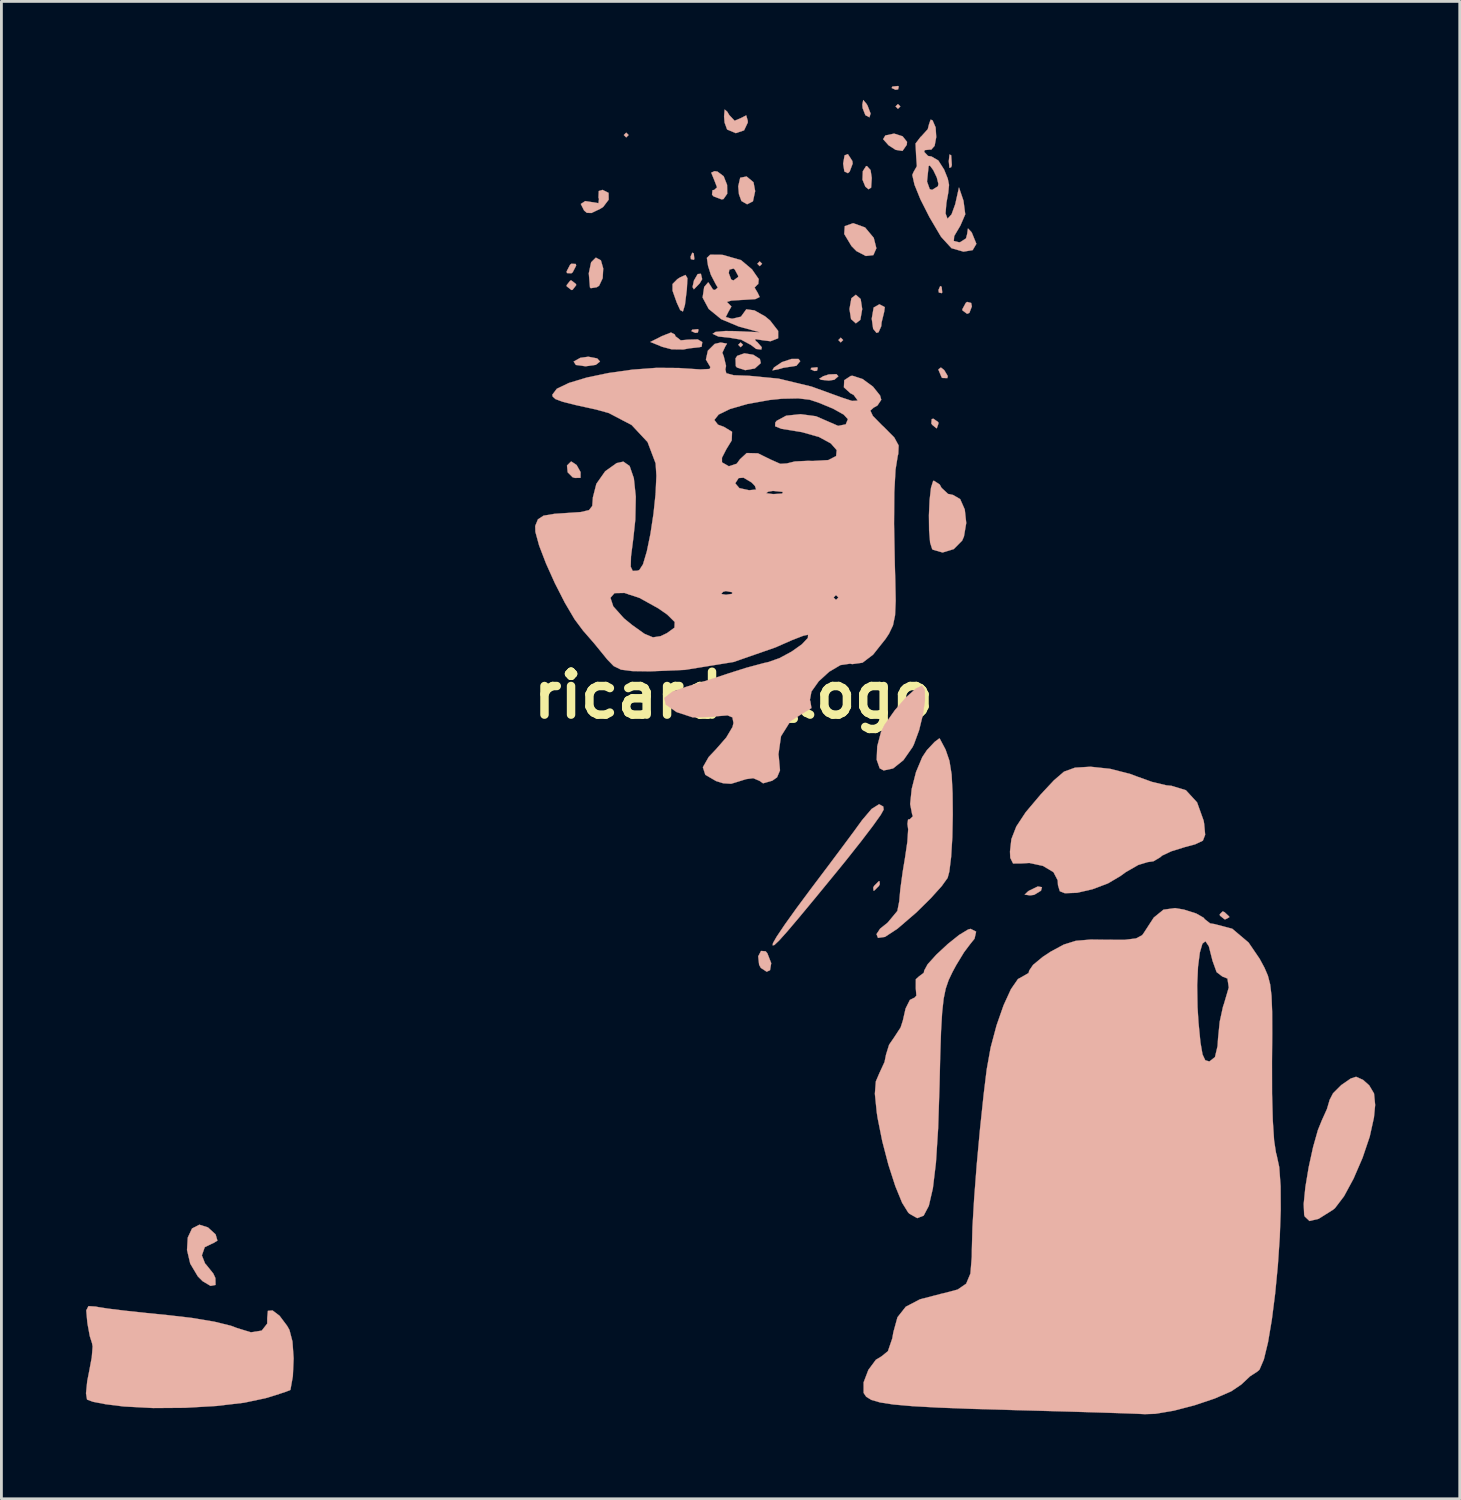
<source format=kicad_pcb>
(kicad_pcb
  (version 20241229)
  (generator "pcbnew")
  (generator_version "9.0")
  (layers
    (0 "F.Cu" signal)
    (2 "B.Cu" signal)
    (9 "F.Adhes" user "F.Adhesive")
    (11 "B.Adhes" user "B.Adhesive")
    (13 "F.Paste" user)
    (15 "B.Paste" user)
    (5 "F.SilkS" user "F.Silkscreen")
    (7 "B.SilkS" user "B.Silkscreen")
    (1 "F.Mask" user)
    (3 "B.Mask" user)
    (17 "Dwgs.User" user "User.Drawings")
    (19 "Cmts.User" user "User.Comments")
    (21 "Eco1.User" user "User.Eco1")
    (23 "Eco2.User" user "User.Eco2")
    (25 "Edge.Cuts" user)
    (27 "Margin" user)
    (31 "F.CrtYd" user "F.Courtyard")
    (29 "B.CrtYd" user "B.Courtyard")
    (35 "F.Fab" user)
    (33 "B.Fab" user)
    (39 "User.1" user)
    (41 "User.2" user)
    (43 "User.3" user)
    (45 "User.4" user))
  (footprint "ricardo_logo"
    (layer "F.Cu")
    (at 23.002 21.643)
    (property "Reference" "ricardo_logo" (at 0 0 0) (layer "F.SilkS") (effects (font (size 1.524 1.524) (thickness 0.3))))
    (attr through_hole)
    (fp_poly (pts (xy -3.725 -19.897) (xy -3.81 -19.812) (xy -3.895 -19.897) (xy -3.81 -19.981) (xy -3.725 -19.897)) (stroke (width 0.01) (type solid)) (fill yes) (layer "B.SilkS"))
    (fp_poly (pts (xy 0.339 -12.446) (xy 0.254 -12.361) (xy 0.169 -12.446) (xy 0.254 -12.531) (xy 0.339 -12.446)) (stroke (width 0.01) (type solid)) (fill yes) (layer "B.SilkS"))
    (fp_poly (pts (xy 1.016 -15.325) (xy 0.931 -15.24) (xy 0.847 -15.325) (xy 0.931 -15.409) (xy 1.016 -15.325)) (stroke (width 0.01) (type solid)) (fill yes) (layer "B.SilkS"))
    (fp_poly (pts (xy 3.895 -12.615) (xy 3.81 -12.531) (xy 3.725 -12.615) (xy 3.81 -12.7) (xy 3.895 -12.615)) (stroke (width 0.01) (type solid)) (fill yes) (layer "B.SilkS"))
    (fp_poly (pts (xy 5.927 -20.913) (xy 5.842 -20.828) (xy 5.757 -20.913) (xy 5.842 -20.997) (xy 5.927 -20.913)) (stroke (width 0.01) (type solid)) (fill yes) (layer "B.SilkS"))
    (fp_poly (pts (xy -1.411 -15.692) (xy -1.391 -15.491) (xy -1.411 -15.466) (xy -1.512 -15.489) (xy -1.524 -15.579) (xy -1.462 -15.718) (xy -1.411 -15.692)) (stroke (width 0.01) (type solid)) (fill yes) (layer "B.SilkS"))
    (fp_poly (pts (xy -1.242 -12.982) (xy -1.265 -12.882) (xy -1.355 -12.869) (xy -1.494 -12.931) (xy -1.468 -12.982) (xy -1.267 -13.002) (xy -1.242 -12.982)) (stroke (width 0.01) (type solid)) (fill yes) (layer "B.SilkS"))
    (fp_poly (pts (xy 2.992 -11.628) (xy 2.968 -11.527) (xy 2.879 -11.515) (xy 2.739 -11.577) (xy 2.766 -11.628) (xy 2.967 -11.648) (xy 2.992 -11.628)) (stroke (width 0.01) (type solid)) (fill yes) (layer "B.SilkS"))
    (fp_poly (pts (xy 5.87 -21.618) (xy 5.847 -21.518) (xy 5.757 -21.505) (xy 5.618 -21.567) (xy 5.644 -21.618) (xy 5.845 -21.638) (xy 5.87 -21.618)) (stroke (width 0.01) (type solid)) (fill yes) (layer "B.SilkS"))
    (fp_poly (pts (xy 7.394 -14.506) (xy 7.414 -14.305) (xy 7.394 -14.28) (xy 7.294 -14.304) (xy 7.281 -14.393) (xy 7.343 -14.533) (xy 7.394 -14.506)) (stroke (width 0.01) (type solid)) (fill yes) (layer "B.SilkS"))
    (fp_poly (pts (xy 7.732 -19.177) (xy 7.755 -18.83) (xy 7.732 -18.754) (xy 7.67 -18.732) (xy 7.647 -18.965) (xy 7.673 -19.206) (xy 7.732 -19.177)) (stroke (width 0.01) (type solid)) (fill yes) (layer "B.SilkS"))
    (fp_poly (pts (xy -1.112 -14.778) (xy -1.198 -14.632) (xy -1.407 -14.417) (xy -1.454 -14.497) (xy -1.404 -14.73) (xy -1.271 -14.959) (xy -1.158 -14.969) (xy -1.112 -14.778)) (stroke (width 0.01) (type solid)) (fill yes) (layer "B.SilkS"))
    (fp_poly (pts (xy -5.601 -15.317) (xy -5.588 -15.26) (xy -5.712 -15.021) (xy -5.757 -14.986) (xy -5.914 -14.994) (xy -5.927 -15.051) (xy -5.803 -15.29) (xy -5.757 -15.325) (xy -5.601 -15.317)) (stroke (width 0.01) (type solid)) (fill yes) (layer "B.SilkS"))
    (fp_poly (pts (xy -5.593 -14.603) (xy -5.588 -14.563) (xy -5.717 -14.398) (xy -5.757 -14.393) (xy -5.922 -14.522) (xy -5.927 -14.563) (xy -5.798 -14.727) (xy -5.757 -14.732) (xy -5.593 -14.603)) (stroke (width 0.01) (type solid)) (fill yes) (layer "B.SilkS"))
    (fp_poly (pts (xy 3.725 -11.329) (xy 3.583 -11.205) (xy 3.387 -11.176) (xy 3.111 -11.203) (xy 3.048 -11.241) (xy 3.188 -11.33) (xy 3.387 -11.394) (xy 3.657 -11.404) (xy 3.725 -11.329)) (stroke (width 0.01) (type solid)) (fill yes) (layer "B.SilkS"))
    (fp_poly (pts (xy 4.222 -18.974) (xy 4.233 -18.881) (xy 4.126 -18.597) (xy 4.064 -18.542) (xy 3.939 -18.603) (xy 3.895 -18.881) (xy 3.947 -19.175) (xy 4.064 -19.219) (xy 4.222 -18.974)) (stroke (width 0.01) (type solid)) (fill yes) (layer "B.SilkS"))
    (fp_poly (pts (xy 4.517 -14.072) (xy 4.572 -13.716) (xy 4.505 -13.332) (xy 4.346 -13.208) (xy 4.176 -13.36) (xy 4.12 -13.716) (xy 4.188 -14.1) (xy 4.346 -14.224) (xy 4.517 -14.072)) (stroke (width 0.01) (type solid)) (fill yes) (layer "B.SilkS"))
    (fp_poly (pts (xy 4.725 -21.004) (xy 4.762 -20.942) (xy 4.87 -20.659) (xy 4.828 -20.526) (xy 4.685 -20.602) (xy 4.586 -20.855) (xy 4.577 -20.983) (xy 4.609 -21.141) (xy 4.725 -21.004)) (stroke (width 0.01) (type solid)) (fill yes) (layer "B.SilkS"))
    (fp_poly (pts (xy 5.196 6.713) (xy 5.165 6.773) (xy 5.005 6.935) (xy 4.975 6.943) (xy 4.964 6.833) (xy 4.995 6.773) (xy 5.155 6.612) (xy 5.185 6.604) (xy 5.196 6.713)) (stroke (width 0.01) (type solid)) (fill yes) (layer "B.SilkS"))
    (fp_poly (pts (xy 7.274 -9.698) (xy 7.281 -9.652) (xy 7.224 -9.487) (xy 7.207 -9.483) (xy 7.062 -9.601) (xy 7.027 -9.652) (xy 7.041 -9.808) (xy 7.102 -9.821) (xy 7.274 -9.698)) (stroke (width 0.01) (type solid)) (fill yes) (layer "B.SilkS"))
    (fp_poly (pts (xy 7.482 -11.551) (xy 7.611 -11.336) (xy 7.595 -11.263) (xy 7.418 -11.269) (xy 7.394 -11.289) (xy 7.283 -11.55) (xy 7.281 -11.577) (xy 7.367 -11.64) (xy 7.482 -11.551)) (stroke (width 0.01) (type solid)) (fill yes) (layer "B.SilkS"))
    (fp_poly (pts (xy 8.442 -13.932) (xy 8.467 -13.811) (xy 8.378 -13.579) (xy 8.297 -13.547) (xy 8.133 -13.668) (xy 8.128 -13.706) (xy 8.251 -13.935) (xy 8.297 -13.97) (xy 8.442 -13.932)) (stroke (width 0.01) (type solid)) (fill yes) (layer "B.SilkS"))
    (fp_poly (pts (xy 10.957 6.818) (xy 10.922 6.943) (xy 10.68 7.09) (xy 10.531 7.109) (xy 10.342 7.082) (xy 10.465 6.965) (xy 10.499 6.943) (xy 10.809 6.793) (xy 10.957 6.818)) (stroke (width 0.01) (type solid)) (fill yes) (layer "B.SilkS"))
    (fp_poly (pts (xy 17.441 7.705) (xy 17.603 7.857) (xy 17.611 7.884) (xy 17.48 7.957) (xy 17.441 7.959) (xy 17.279 7.828) (xy 17.272 7.779) (xy 17.376 7.678) (xy 17.441 7.705)) (stroke (width 0.01) (type solid)) (fill yes) (layer "B.SilkS"))
    (fp_poly (pts (xy 0.711 -18.22) (xy 0.77 -17.905) (xy 0.691 -17.543) (xy 0.484 -17.437) (xy 0.282 -17.554) (xy 0.194 -17.796) (xy 0.169 -18.075) (xy 0.239 -18.38) (xy 0.466 -18.425) (xy 0.711 -18.22)) (stroke (width 0.01) (type solid)) (fill yes) (layer "B.SilkS"))
    (fp_poly (pts (xy 1.143 9.095) (xy 1.204 9.168) (xy 1.34 9.517) (xy 1.298 9.767) (xy 1.18 9.821) (xy 0.972 9.686) (xy 0.911 9.575) (xy 0.878 9.275) (xy 0.978 9.083) (xy 1.143 9.095)) (stroke (width 0.01) (type solid)) (fill yes) (layer "B.SilkS"))
    (fp_poly (pts (xy 4.869 -18.651) (xy 4.911 -18.373) (xy 4.888 -18.028) (xy 4.796 -17.971) (xy 4.685 -18.062) (xy 4.582 -18.311) (xy 4.594 -18.611) (xy 4.708 -18.79) (xy 4.741 -18.796) (xy 4.869 -18.651)) (stroke (width 0.01) (type solid)) (fill yes) (layer "B.SilkS"))
    (fp_poly (pts (xy 6.007 -19.852) (xy 6.165 -19.653) (xy 6.154 -19.549) (xy 6.003 -19.333) (xy 5.759 -19.371) (xy 5.51 -19.532) (xy 5.315 -19.75) (xy 5.395 -19.882) (xy 5.705 -19.948) (xy 6.007 -19.852)) (stroke (width 0.01) (type solid)) (fill yes) (layer "B.SilkS"))
    (fp_poly (pts (xy -5.571 -8.175) (xy -5.432 -7.926) (xy -5.433 -7.727) (xy -5.44 -7.721) (xy -5.632 -7.718) (xy -5.715 -7.742) (xy -5.889 -7.918) (xy -5.913 -8.159) (xy -5.775 -8.296) (xy -5.752 -8.297) (xy -5.571 -8.175)) (stroke (width 0.01) (type solid)) (fill yes) (layer "B.SilkS"))
    (fp_poly (pts (xy -4.841 -11.963) (xy -4.741 -11.853) (xy -4.889 -11.735) (xy -5.245 -11.684) (xy -5.259 -11.684) (xy -5.598 -11.73) (xy -5.676 -11.848) (xy -5.673 -11.853) (xy -5.439 -11.984) (xy -5.155 -12.023) (xy -4.841 -11.963)) (stroke (width 0.01) (type solid)) (fill yes) (layer "B.SilkS"))
    (fp_poly (pts (xy -4.709 -15.446) (xy -4.627 -15.158) (xy -4.646 -14.813) (xy -4.772 -14.546) (xy -4.854 -14.491) (xy -5.067 -14.457) (xy -5.097 -14.483) (xy -5.139 -14.986) (xy -5.056 -15.378) (xy -4.888 -15.543) (xy -4.709 -15.446)) (stroke (width 0.01) (type solid)) (fill yes) (layer "B.SilkS"))
    (fp_poly (pts (xy 0.705 -12.092) (xy 0.938 -11.943) (xy 0.97 -11.797) (xy 0.759 -11.606) (xy 0.415 -11.546) (xy 0.124 -11.64) (xy 0.082 -11.689) (xy 0.073 -11.965) (xy 0.133 -12.054) (xy 0.389 -12.144) (xy 0.705 -12.092)) (stroke (width 0.01) (type solid)) (fill yes) (layer "B.SilkS"))
    (fp_poly (pts (xy 2.371 -11.865) (xy 2.235 -11.702) (xy 2.131 -11.684) (xy 1.767 -11.629) (xy 1.58 -11.574) (xy 1.382 -11.538) (xy 1.439 -11.64) (xy 1.721 -11.831) (xy 2.054 -11.943) (xy 2.309 -11.944) (xy 2.371 -11.865)) (stroke (width 0.01) (type solid)) (fill yes) (layer "B.SilkS"))
    (fp_poly (pts (xy 4.674 -16.614) (xy 4.982 -16.245) (xy 5.075 -15.875) (xy 4.968 -15.632) (xy 4.701 -15.601) (xy 4.368 -15.774) (xy 4.191 -15.954) (xy 3.934 -16.382) (xy 3.953 -16.661) (xy 4.245 -16.764) (xy 4.257 -16.764) (xy 4.674 -16.614)) (stroke (width 0.01) (type solid)) (fill yes) (layer "B.SilkS"))
    (fp_poly (pts (xy 5.374 -13.784) (xy 5.352 -13.617) (xy 5.259 -13.236) (xy 5.249 -13.109) (xy 5.153 -12.893) (xy 5.08 -12.869) (xy 4.961 -13.016) (xy 4.911 -13.371) (xy 4.911 -13.377) (xy 4.979 -13.77) (xy 5.183 -13.885) (xy 5.374 -13.784)) (stroke (width 0.01) (type solid)) (fill yes) (layer "B.SilkS"))
    (fp_poly (pts (xy -1.636 -14.812) (xy -1.656 -14.428) (xy -1.657 -14.414) (xy -1.724 -13.865) (xy -1.796 -13.629) (xy -1.892 -13.679) (xy -2.012 -13.939) (xy -2.164 -14.367) (xy -2.164 -14.606) (xy -1.996 -14.776) (xy -1.899 -14.839) (xy -1.704 -14.928) (xy -1.636 -14.812)) (stroke (width 0.01) (type solid)) (fill yes) (layer "B.SilkS"))
    (fp_poly (pts (xy -0.568 -18.598) (xy -0.349 -18.433) (xy -0.227 -18.126) (xy -0.223 -17.812) (xy -0.355 -17.623) (xy -0.423 -17.611) (xy -0.707 -17.718) (xy -0.762 -17.78) (xy -0.745 -17.936) (xy -0.681 -17.949) (xy -0.583 -18.04) (xy -0.685 -18.303) (xy -0.79 -18.56) (xy -0.672 -18.614) (xy -0.568 -18.598)) (stroke (width 0.01) (type solid)) (fill yes) (layer "B.SilkS"))
    (fp_poly (pts (xy -0.221 -20.725) (xy -0.151 -20.607) (xy 0.04 -20.404) (xy 0.268 -20.501) (xy 0.452 -20.595) (xy 0.507 -20.403) (xy 0.508 -20.341) (xy 0.376 -20.063) (xy 0.082 -19.964) (xy -0.225 -20.093) (xy -0.226 -20.094) (xy -0.316 -20.339) (xy -0.334 -20.56) (xy -0.313 -20.803) (xy -0.221 -20.725)) (stroke (width 0.01) (type solid)) (fill yes) (layer "B.SilkS"))
    (fp_poly (pts (xy -4.437 -17.843) (xy -4.433 -17.602) (xy -4.627 -17.345) (xy -4.73 -17.278) (xy -5.043 -17.128) (xy -5.208 -17.134) (xy -5.306 -17.216) (xy -5.423 -17.448) (xy -5.266 -17.551) (xy -5.054 -17.518) (xy -4.795 -17.476) (xy -4.778 -17.627) (xy -4.795 -17.676) (xy -4.785 -17.908) (xy -4.651 -17.949) (xy -4.437 -17.843)) (stroke (width 0.01) (type solid)) (fill yes) (layer "B.SilkS"))
    (fp_poly (pts (xy -2.083 -12.812) (xy -2.062 -12.75) (xy -1.873 -12.605) (xy -1.615 -12.629) (xy -1.27 -12.638) (xy -1.109 -12.544) (xy -1.131 -12.379) (xy -1.218 -12.359) (xy -1.565 -12.321) (xy -1.778 -12.281) (xy -2.195 -12.286) (xy -2.535 -12.376) (xy -2.953 -12.547) (xy -2.535 -12.758) (xy -2.219 -12.883) (xy -2.083 -12.812)) (stroke (width 0.01) (type solid)) (fill yes) (layer "B.SilkS"))
    (fp_poly (pts (xy 6.793 -0.193) (xy 6.8 0.18) (xy 6.728 0.69) (xy 6.593 1.242) (xy 6.409 1.743) (xy 6.361 1.841) (xy 6.036 2.307) (xy 5.668 2.601) (xy 5.335 2.672) (xy 5.193 2.596) (xy 5.086 2.29) (xy 5.106 1.815) (xy 5.239 1.31) (xy 5.365 1.052) (xy 5.728 0.537) (xy 6.123 0.082) (xy 6.477 -0.235) (xy 6.695 -0.339) (xy 6.793 -0.193)) (stroke (width 0.01) (type solid)) (fill yes) (layer "B.SilkS"))
    (fp_poly (pts (xy -18.665 18.903) (xy -18.394 19.151) (xy -18.33 19.372) (xy -18.498 19.473) (xy -18.51 19.473) (xy -18.78 19.605) (xy -18.882 19.896) (xy -18.767 20.188) (xy -18.738 20.215) (xy -18.476 20.541) (xy -18.402 20.701) (xy -18.396 20.946) (xy -18.573 20.98) (xy -18.858 20.811) (xy -19.026 20.641) (xy -19.295 20.189) (xy -19.409 19.705) (xy -19.383 19.265) (xy -19.231 18.94) (xy -18.97 18.806) (xy -18.665 18.903)) (stroke (width 0.01) (type solid)) (fill yes) (layer "B.SilkS"))
    (fp_poly (pts (xy 7.324 -7.485) (xy 7.389 -7.366) (xy 7.621 -7.15) (xy 7.8 -7.112) (xy 8.052 -6.965) (xy 8.215 -6.596) (xy 8.267 -6.117) (xy 8.186 -5.638) (xy 8.121 -5.49) (xy 7.823 -5.19) (xy 7.428 -5.069) (xy 7.083 -5.168) (xy 7.056 -5.193) (xy 6.984 -5.42) (xy 6.948 -5.854) (xy 6.942 -6.392) (xy 6.966 -6.932) (xy 7.016 -7.37) (xy 7.09 -7.605) (xy 7.117 -7.62) (xy 7.324 -7.485)) (stroke (width 0.01) (type solid)) (fill yes) (layer "B.SilkS"))
    (fp_poly (pts (xy 5.319 3.953) (xy 5.334 4.063) (xy 5.232 4.247) (xy 4.951 4.641) (xy 4.528 5.196) (xy 4.002 5.86) (xy 3.725 6.201) (xy 2.934 7.166) (xy 2.333 7.891) (xy 1.9 8.402) (xy 1.613 8.721) (xy 1.451 8.873) (xy 1.391 8.884) (xy 1.403 8.805) (xy 1.531 8.58) (xy 1.823 8.146) (xy 2.24 7.563) (xy 2.739 6.891) (xy 2.815 6.79) (xy 3.361 6.066) (xy 3.872 5.383) (xy 4.292 4.817) (xy 4.565 4.441) (xy 4.572 4.432) (xy 4.906 4.039) (xy 5.172 3.872) (xy 5.319 3.953)) (stroke (width 0.01) (type solid)) (fill yes) (layer "B.SilkS"))
    (fp_poly (pts (xy 22.361 13.662) (xy 22.58 13.857) (xy 22.751 14.145) (xy 22.791 14.554) (xy 22.748 15) (xy 22.599 15.675) (xy 22.344 16.43) (xy 22.025 17.168) (xy 21.686 17.795) (xy 21.368 18.213) (xy 21.292 18.277) (xy 20.781 18.598) (xy 20.459 18.675) (xy 20.289 18.514) (xy 20.27 18.454) (xy 20.253 18.071) (xy 20.313 17.471) (xy 20.431 16.762) (xy 20.587 16.049) (xy 20.759 15.441) (xy 20.894 15.108) (xy 21.079 14.698) (xy 21.166 14.404) (xy 21.167 14.387) (xy 21.294 14.14) (xy 21.589 13.845) (xy 21.924 13.614) (xy 22.114 13.552) (xy 22.361 13.662)) (stroke (width 0.01) (type solid)) (fill yes) (layer "B.SilkS"))
    (fp_poly (pts (xy 7.325 1.539) (xy 7.534 1.933) (xy 7.67 2.329) (xy 7.748 2.816) (xy 7.782 3.48) (xy 7.789 4.242) (xy 7.773 5.042) (xy 7.73 5.745) (xy 7.666 6.265) (xy 7.606 6.488) (xy 7.395 6.781) (xy 7.008 7.21) (xy 6.524 7.688) (xy 6.463 7.744) (xy 5.827 8.291) (xy 5.381 8.584) (xy 5.133 8.619) (xy 5.08 8.486) (xy 5.207 8.293) (xy 5.477 8.076) (xy 5.82 7.664) (xy 5.888 7.32) (xy 5.927 6.883) (xy 6.011 6.268) (xy 6.092 5.779) (xy 6.176 5.207) (xy 6.205 4.764) (xy 6.179 4.569) (xy 6.201 4.415) (xy 6.265 4.403) (xy 6.373 4.298) (xy 6.345 4.226) (xy 6.275 3.866) (xy 6.331 3.326) (xy 6.483 2.73) (xy 6.705 2.199) (xy 6.871 1.949) (xy 7.145 1.658) (xy 7.31 1.534) (xy 7.325 1.539)) (stroke (width 0.01) (type solid)) (fill yes) (layer "B.SilkS"))
    (fp_poly (pts (xy 13.376 2.614) (xy 14.103 2.8) (xy 14.309 2.879) (xy 14.869 3.08) (xy 15.38 3.201) (xy 15.555 3.217) (xy 16.069 3.374) (xy 16.466 3.806) (xy 16.7 4.458) (xy 16.718 4.572) (xy 16.753 4.956) (xy 16.672 5.166) (xy 16.397 5.296) (xy 16.031 5.394) (xy 15.551 5.543) (xy 15.222 5.698) (xy 15.155 5.757) (xy 14.917 5.898) (xy 14.712 5.927) (xy 14.379 6.028) (xy 13.936 6.282) (xy 13.748 6.419) (xy 13.302 6.683) (xy 12.751 6.891) (xy 12.204 7.017) (xy 11.771 7.033) (xy 11.591 6.962) (xy 11.526 6.749) (xy 11.515 6.572) (xy 11.365 6.284) (xy 10.991 6.062) (xy 10.51 5.958) (xy 10.203 5.976) (xy 9.931 5.977) (xy 9.831 5.777) (xy 9.821 5.553) (xy 9.871 5.11) (xy 10.045 4.664) (xy 10.379 4.156) (xy 10.911 3.526) (xy 11.382 3.022) (xy 11.739 2.715) (xy 12.131 2.573) (xy 12.68 2.54) (xy 13.376 2.614)) (stroke (width 0.01) (type solid)) (fill yes) (layer "B.SilkS"))
    (fp_poly (pts (xy -22.654 21.714) (xy -22.565 21.732) (xy -22.211 21.787) (xy -21.608 21.861) (xy -20.847 21.943) (xy -20.151 22.011) (xy -19.232 22.118) (xy -18.438 22.251) (xy -17.851 22.395) (xy -17.64 22.475) (xy -17.14 22.628) (xy -16.756 22.568) (xy -16.561 22.319) (xy -16.56 22.118) (xy -16.537 21.866) (xy -16.371 21.852) (xy -16.122 22.041) (xy -15.852 22.401) (xy -15.771 22.545) (xy -15.664 22.957) (xy -15.623 23.554) (xy -15.65 24.186) (xy -15.737 24.674) (xy -15.891 24.737) (xy -16.274 24.863) (xy -16.62 24.968) (xy -17.381 25.129) (xy -18.371 25.245) (xy -19.483 25.31) (xy -20.611 25.318) (xy -21.648 25.263) (xy -21.703 25.257) (xy -22.296 25.183) (xy -22.749 25.096) (xy -22.96 25.018) (xy -22.997 24.794) (xy -22.953 24.358) (xy -22.888 24.029) (xy -22.792 23.514) (xy -22.762 23.133) (xy -22.782 23.019) (xy -22.863 22.763) (xy -22.943 22.329) (xy -22.953 22.252) (xy -22.988 21.85) (xy -22.91 21.698) (xy -22.654 21.714)) (stroke (width 0.01) (type solid)) (fill yes) (layer "B.SilkS"))
    (fp_poly (pts (xy 8.618 8.397) (xy 8.562 8.647) (xy 8.402 8.846) (xy 8.187 9.132) (xy 7.91 9.588) (xy 7.778 9.832) (xy 7.641 10.12) (xy 7.539 10.418) (xy 7.464 10.782) (xy 7.411 11.268) (xy 7.372 11.932) (xy 7.342 12.831) (xy 7.319 13.839) (xy 7.269 15.381) (xy 7.191 16.601) (xy 7.082 17.514) (xy 6.938 18.137) (xy 6.754 18.485) (xy 6.526 18.573) (xy 6.252 18.418) (xy 6.205 18.373) (xy 5.99 18.028) (xy 5.747 17.434) (xy 5.503 16.678) (xy 5.285 15.843) (xy 5.119 15.016) (xy 5.089 14.817) (xy 5.022 14.155) (xy 5.057 13.716) (xy 5.181 13.426) (xy 5.365 13.028) (xy 5.419 12.762) (xy 5.527 12.415) (xy 5.701 12.161) (xy 5.937 11.8) (xy 6.016 11.555) (xy 6.113 11.128) (xy 6.265 10.823) (xy 6.421 10.745) (xy 6.428 10.749) (xy 6.496 10.67) (xy 6.475 10.409) (xy 6.477 10.087) (xy 6.584 9.991) (xy 6.761 9.858) (xy 6.773 9.783) (xy 6.896 9.556) (xy 7.205 9.215) (xy 7.608 8.84) (xy 8.014 8.515) (xy 8.334 8.321) (xy 8.424 8.298) (xy 8.618 8.397)) (stroke (width 0.01) (type solid)) (fill yes) (layer "B.SilkS"))
    (fp_poly (pts (xy 7.07 -20.419) (xy 7.18 -20.168) (xy 7.201 -19.822) (xy 7.144 -19.513) (xy 7.021 -19.375) (xy 6.985 -19.381) (xy 6.794 -19.361) (xy 6.773 -19.299) (xy 6.911 -19.154) (xy 7.032 -19.135) (xy 7.275 -18.993) (xy 7.482 -18.669) (xy 7.611 -18.348) (xy 7.656 -18.125) (xy 7.628 -17.844) (xy 7.562 -17.484) (xy 7.532 -17.113) (xy 7.597 -16.936) (xy 7.611 -16.933) (xy 7.746 -17.08) (xy 7.875 -17.437) (xy 7.886 -17.484) (xy 8.009 -18.034) (xy 8.169 -17.563) (xy 8.232 -17.08) (xy 8.059 -16.68) (xy 7.839 -16.308) (xy 7.825 -16.133) (xy 8.014 -16.087) (xy 8.043 -16.087) (xy 8.259 -16.225) (xy 8.3 -16.383) (xy 8.328 -16.579) (xy 8.445 -16.458) (xy 8.467 -16.425) (xy 8.627 -16.033) (xy 8.495 -15.809) (xy 8.17 -15.755) (xy 7.743 -15.878) (xy 7.38 -16.274) (xy 7.358 -16.307) (xy 6.959 -16.983) (xy 6.64 -17.613) (xy 6.429 -18.133) (xy 6.404 -18.246) (xy 6.874 -18.246) (xy 6.971 -17.975) (xy 7.056 -17.949) (xy 7.26 -18.075) (xy 7.279 -18.161) (xy 7.221 -18.391) (xy 7.097 -18.65) (xy 6.977 -18.812) (xy 6.931 -18.796) (xy 6.874 -18.246) (xy 6.404 -18.246) (xy 6.351 -18.479) (xy 6.397 -18.586) (xy 6.514 -18.791) (xy 6.487 -19.168) (xy 6.467 -19.596) (xy 6.648 -19.833) (xy 6.663 -19.842) (xy 6.901 -20.105) (xy 6.943 -20.272) (xy 7.002 -20.444) (xy 7.07 -20.419)) (stroke (width 0.01) (type solid)) (fill yes) (layer "B.SilkS"))
    (fp_poly (pts (xy -0.376 -15.638) (xy 0.269 -15.453) (xy 0.657 -15.126) (xy 0.896 -14.781) (xy 0.88 -14.604) (xy 0.862 -14.596) (xy 0.749 -14.478) (xy 0.86 -14.292) (xy 0.93 -14.144) (xy 0.777 -14.069) (xy 0.346 -14.042) (xy 0.317 -14.041) (xy -0.076 -14.017) (xy -0.236 -13.969) (xy -0.205 -13.94) (xy -0.074 -13.806) (xy -0.183 -13.615) (xy -0.274 -13.432) (xy -0.079 -13.378) (xy -0.021 -13.377) (xy 0.265 -13.445) (xy 0.339 -13.547) (xy 0.454 -13.706) (xy 0.744 -13.669) (xy 1.123 -13.456) (xy 1.299 -13.311) (xy 1.586 -12.941) (xy 1.586 -12.678) (xy 1.317 -12.573) (xy 1.04 -12.607) (xy 0.764 -12.651) (xy 0.791 -12.58) (xy 0.842 -12.545) (xy 1.004 -12.359) (xy 0.989 -12.278) (xy 0.807 -12.299) (xy 0.625 -12.438) (xy 0.269 -12.63) (xy -0.147 -12.7) (xy -0.535 -12.74) (xy -0.741 -12.835) (xy -0.638 -12.904) (xy -0.285 -12.936) (xy 0.053 -12.932) (xy 0.931 -12.892) (xy 0.184 -13.097) (xy -0.436 -13.357) (xy -0.88 -13.72) (xy -1.097 -14.125) (xy -1.04 -14.501) (xy -0.898 -14.667) (xy -0.852 -14.605) (xy -0.727 -14.408) (xy -0.657 -14.393) (xy -0.558 -14.478) (xy -0.633 -14.605) (xy -0.8 -14.928) (xy -0.822 -14.996) (xy -0.169 -14.996) (xy -0.081 -14.764) (xy 0 -14.732) (xy 0.164 -14.854) (xy 0.169 -14.891) (xy 0.046 -15.121) (xy 0 -15.155) (xy -0.145 -15.117) (xy -0.169 -14.996) (xy -0.822 -14.996) (xy -0.903 -15.251) (xy -0.945 -15.533) (xy -0.831 -15.644) (xy -0.479 -15.645) (xy -0.376 -15.638)) (stroke (width 0.01) (type solid)) (fill yes) (layer "B.SilkS"))
    (fp_poly (pts (xy 15.999 7.614) (xy 16.436 7.753) (xy 16.704 7.907) (xy 16.733 7.95) (xy 16.929 8.104) (xy 17.083 8.128) (xy 17.715 8.294) (xy 18.295 8.784) (xy 18.688 9.361) (xy 18.859 9.677) (xy 18.981 9.96) (xy 19.062 10.273) (xy 19.11 10.677) (xy 19.132 11.236) (xy 19.135 12.01) (xy 19.127 13.013) (xy 19.129 14.15) (xy 19.155 15.1) (xy 19.202 15.817) (xy 19.269 16.254) (xy 19.287 16.309) (xy 19.384 16.76) (xy 19.433 17.44) (xy 19.437 18.288) (xy 19.403 19.247) (xy 19.335 20.255) (xy 19.239 21.253) (xy 19.121 22.181) (xy 18.986 22.981) (xy 18.838 23.592) (xy 18.683 23.955) (xy 18.603 24.025) (xy 18.347 24.191) (xy 18.035 24.484) (xy 17.679 24.724) (xy 17.091 24.98) (xy 16.377 25.22) (xy 15.638 25.412) (xy 14.981 25.523) (xy 14.608 25.535) (xy 14.313 25.521) (xy 13.731 25.5) (xy 12.915 25.474) (xy 11.918 25.444) (xy 10.791 25.413) (xy 9.906 25.389) (xy 8.43 25.346) (xy 7.257 25.301) (xy 6.353 25.251) (xy 5.682 25.192) (xy 5.208 25.119) (xy 4.897 25.029) (xy 4.714 24.917) (xy 4.623 24.782) (xy 4.622 24.406) (xy 4.791 23.963) (xy 5.057 23.604) (xy 5.25 23.488) (xy 5.485 23.299) (xy 5.64 22.846) (xy 5.679 22.624) (xy 5.825 22.093) (xy 6.119 21.72) (xy 6.622 21.457) (xy 7.397 21.255) (xy 7.451 21.244) (xy 7.961 21.11) (xy 8.265 20.901) (xy 8.416 20.54) (xy 8.464 19.947) (xy 8.467 19.683) (xy 8.488 18.899) (xy 8.549 17.867) (xy 8.64 16.675) (xy 8.756 15.411) (xy 8.888 14.163) (xy 8.994 13.293) (xy 9.135 12.509) (xy 9.344 11.726) (xy 9.593 11.014) (xy 9.855 10.442) (xy 9.951 10.303) (xy 16.469 10.303) (xy 16.482 11.077) (xy 16.517 11.628) (xy 16.586 12.334) (xy 16.66 12.76) (xy 16.756 12.964) (xy 16.891 13.006) (xy 16.911 13.003) (xy 17.101 12.853) (xy 17.194 12.46) (xy 17.211 12.19) (xy 17.27 11.597) (xy 17.386 11.064) (xy 17.424 10.953) (xy 17.592 10.38) (xy 17.545 10.063) (xy 17.364 9.991) (xy 17.16 9.835) (xy 17.012 9.424) (xy 17.006 9.396) (xy 16.884 8.917) (xy 16.764 8.739) (xy 16.655 8.826) (xy 16.564 9.14) (xy 16.499 9.645) (xy 16.469 10.303) (xy 9.951 10.303) (xy 10.104 10.081) (xy 10.268 9.991) (xy 10.481 9.867) (xy 10.504 9.779) (xy 10.641 9.578) (xy 10.987 9.292) (xy 11.266 9.108) (xy 11.731 8.857) (xy 12.16 8.723) (xy 12.689 8.678) (xy 13.22 8.685) (xy 13.89 8.688) (xy 14.297 8.638) (xy 14.514 8.524) (xy 14.568 8.451) (xy 14.928 7.897) (xy 15.272 7.617) (xy 15.685 7.561) (xy 15.999 7.614)) (stroke (width 0.01) (type solid)) (fill yes) (layer "B.SilkS"))
    (fp_poly (pts (xy -0.229 -12.487) (xy -0.287 -12.397) (xy -0.396 -12.165) (xy -0.345 -12.034) (xy -0.264 -11.696) (xy -0.288 -11.572) (xy -0.256 -11.437) (xy 0.006 -11.366) (xy 0.552 -11.345) (xy 0.555 -11.345) (xy 1.598 -11.245) (xy 2.77 -10.963) (xy 3.852 -10.571) (xy 4.212 -10.453) (xy 4.396 -10.463) (xy 4.403 -10.483) (xy 4.268 -10.666) (xy 4.149 -10.729) (xy 3.922 -10.936) (xy 3.934 -11.189) (xy 4.165 -11.34) (xy 4.233 -11.345) (xy 4.586 -11.231) (xy 4.954 -10.961) (xy 5.207 -10.645) (xy 5.249 -10.493) (xy 5.113 -10.29) (xy 4.978 -10.214) (xy 4.861 -10.109) (xy 4.951 -9.919) (xy 5.278 -9.586) (xy 5.335 -9.534) (xy 5.711 -9.155) (xy 5.866 -8.87) (xy 5.853 -8.571) (xy 5.834 -8.501) (xy 5.755 -8.008) (xy 5.712 -7.208) (xy 5.703 -6.092) (xy 5.73 -4.651) (xy 5.746 -4.117) (xy 5.761 -3.356) (xy 5.739 -2.841) (xy 5.665 -2.481) (xy 5.523 -2.184) (xy 5.402 -2) (xy 4.957 -1.44) (xy 4.582 -1.155) (xy 4.219 -1.105) (xy 4.14 -1.12) (xy 3.799 -1.07) (xy 3.399 -0.834) (xy 3.028 -0.495) (xy 2.77 -0.132) (xy 2.713 0.171) (xy 2.73 0.213) (xy 2.769 0.457) (xy 2.546 0.591) (xy 2.025 0.919) (xy 1.688 1.457) (xy 1.597 2.098) (xy 1.612 2.223) (xy 1.652 2.669) (xy 1.547 2.917) (xy 1.378 3.036) (xy 1.051 3.129) (xy 0.927 3.042) (xy 0.701 2.947) (xy 0.451 2.98) (xy 0.085 3.094) (xy -0.085 3.145) (xy -0.363 3.128) (xy -0.618 3.049) (xy -1 2.827) (xy -1.087 2.558) (xy -0.881 2.195) (xy -0.613 1.911) (xy -0.256 1.502) (xy -0.035 1.129) (xy 0 0.986) (xy -0.038 0.787) (xy -0.211 0.716) (xy -0.607 0.748) (xy -0.74 0.768) (xy -1.447 0.787) (xy -2.02 0.599) (xy -2.402 0.334) (xy -2.455 0.097) (xy -2.176 -0.122) (xy -1.681 -0.298) (xy -1.018 -0.499) (xy -0.317 -0.727) (xy -0.169 -0.777) (xy 0.459 -0.976) (xy 1.086 -1.144) (xy 1.237 -1.177) (xy 1.636 -1.318) (xy 2.062 -1.548) (xy 2.428 -1.807) (xy 2.642 -2.034) (xy 2.649 -2.148) (xy 2.479 -2.112) (xy 2.086 -1.96) (xy 1.552 -1.725) (xy 1.507 -1.704) (xy 0.005 -1.181) (xy -1.727 -0.9) (xy -2.965 -0.848) (xy -3.597 -0.857) (xy -3.994 -0.908) (xy -4.256 -1.036) (xy -4.487 -1.275) (xy -4.574 -1.383) (xy -4.945 -1.838) (xy -5.297 -2.243) (xy -5.334 -2.283) (xy -5.643 -2.697) (xy -5.992 -3.289) (xy -6.079 -3.461) (xy -4.37 -3.461) (xy -4.27 -3.156) (xy -3.893 -2.734) (xy -3.605 -2.498) (xy -3.161 -2.181) (xy -2.861 -2.056) (xy -2.589 -2.097) (xy -2.36 -2.207) (xy -2.096 -2.4) (xy -2.088 -2.602) (xy -2.354 -2.865) (xy -2.667 -3.083) (xy -3.341 -3.458) (xy -3.38 -3.471) (xy 3.556 -3.471) (xy 3.641 -3.387) (xy 3.725 -3.471) (xy 3.641 -3.556) (xy 3.556 -3.471) (xy -3.38 -3.471) (xy -3.761 -3.596) (xy -0.435 -3.596) (xy -0.268 -3.569) (xy -0.048 -3.601) (xy -0.046 -3.658) (xy -0.272 -3.699) (xy -0.37 -3.672) (xy -0.435 -3.596) (xy -3.761 -3.596) (xy -3.872 -3.633) (xy -4.226 -3.626) (xy -4.37 -3.461) (xy -6.079 -3.461) (xy -6.343 -3.977) (xy -6.659 -4.68) (xy -6.903 -5.316) (xy -7.036 -5.802) (xy -7.042 -6.012) (xy -6.946 -6.246) (xy -6.748 -6.377) (xy -6.358 -6.443) (xy -5.968 -6.469) (xy -5.421 -6.506) (xy -5.131 -6.575) (xy -5.016 -6.723) (xy -4.995 -6.995) (xy -4.995 -7.02) (xy -4.87 -7.508) (xy -4.557 -7.954) (xy -4.151 -8.244) (xy -3.911 -8.297) (xy -3.689 -8.141) (xy -3.539 -7.707) (xy -3.47 -7.054) (xy -3.487 -6.236) (xy -3.558 -5.571) (xy -3.64 -4.93) (xy -3.65 -4.564) (xy -3.578 -4.415) (xy -3.414 -4.423) (xy -3.345 -4.447) (xy -3.214 -4.65) (xy -3.078 -5.107) (xy -2.949 -5.734) (xy -2.841 -6.447) (xy -2.766 -7.161) (xy -2.766 -7.175) (xy 1.162 -7.175) (xy 1.387 -7.146) (xy 1.439 -7.145) (xy 1.729 -7.163) (xy 1.754 -7.216) (xy 1.739 -7.223) (xy 1.403 -7.257) (xy 1.231 -7.229) (xy 1.162 -7.175) (xy -2.766 -7.175) (xy -2.75 -7.526) (xy 0.063 -7.526) (xy 0.209 -7.356) (xy 0.553 -7.281) (xy 0.554 -7.281) (xy 0.805 -7.306) (xy 0.762 -7.433) (xy 0.645 -7.555) (xy 0.359 -7.726) (xy 0.183 -7.713) (xy 0.063 -7.526) (xy -2.75 -7.526) (xy -2.738 -7.794) (xy -2.765 -8.236) (xy -3.051 -8.991) (xy -3.618 -9.598) (xy -3.962 -9.778) (xy -0.68 -9.778) (xy -0.552 -9.61) (xy -0.339 -9.532) (xy -0.051 -9.357) (xy -0.063 -9.05) (xy -0.254 -8.738) (xy -0.409 -8.436) (xy -0.408 -8.272) (xy -0.165 -8.132) (xy 0.115 -8.223) (xy 0.231 -8.382) (xy 0.469 -8.602) (xy 0.869 -8.592) (xy 1.317 -8.372) (xy 1.663 -8.218) (xy 1.895 -8.233) (xy 2.181 -8.303) (xy 2.65 -8.325) (xy 2.812 -8.32) (xy 3.368 -8.352) (xy 3.645 -8.495) (xy 3.666 -8.706) (xy 3.456 -8.945) (xy 3.037 -9.172) (xy 2.433 -9.344) (xy 2.197 -9.383) (xy 1.698 -9.464) (xy 1.479 -9.554) (xy 1.485 -9.683) (xy 1.53 -9.744) (xy 1.87 -9.928) (xy 2.382 -9.982) (xy 2.93 -9.909) (xy 3.349 -9.727) (xy 3.718 -9.567) (xy 3.987 -9.621) (xy 4.064 -9.804) (xy 3.917 -9.966) (xy 3.538 -10.178) (xy 3.019 -10.393) (xy 2.706 -10.496) (xy 2.304 -10.543) (xy 1.72 -10.531) (xy 1.288 -10.487) (xy 0.491 -10.344) (xy -0.125 -10.165) (xy -0.526 -9.97) (xy -0.68 -9.778) (xy -3.962 -9.778) (xy -4.428 -10.022) (xy -4.877 -10.147) (xy -5.61 -10.308) (xy -6.072 -10.425) (xy -6.322 -10.518) (xy -6.422 -10.608) (xy -6.435 -10.673) (xy -6.276 -10.884) (xy -5.846 -11.091) (xy -5.21 -11.283) (xy -4.435 -11.445) (xy -3.588 -11.564) (xy -2.734 -11.628) (xy -1.94 -11.622) (xy -1.778 -11.61) (xy -1.177 -11.572) (xy -0.847 -11.588) (xy -0.82 -11.656) (xy -0.822 -11.657) (xy -0.979 -11.922) (xy -0.909 -12.239) (xy -0.667 -12.478) (xy -0.454 -12.528) (xy -0.229 -12.487)) (stroke (width 0.01) (type solid)) (fill yes) (layer "B.SilkS")))
  (gr_rect
    (start -3 -3)
    (end 48.798 50.184)
    (stroke (width 0.1) (type default))
    (fill no)
    (layer "Edge.Cuts")))
</source>
